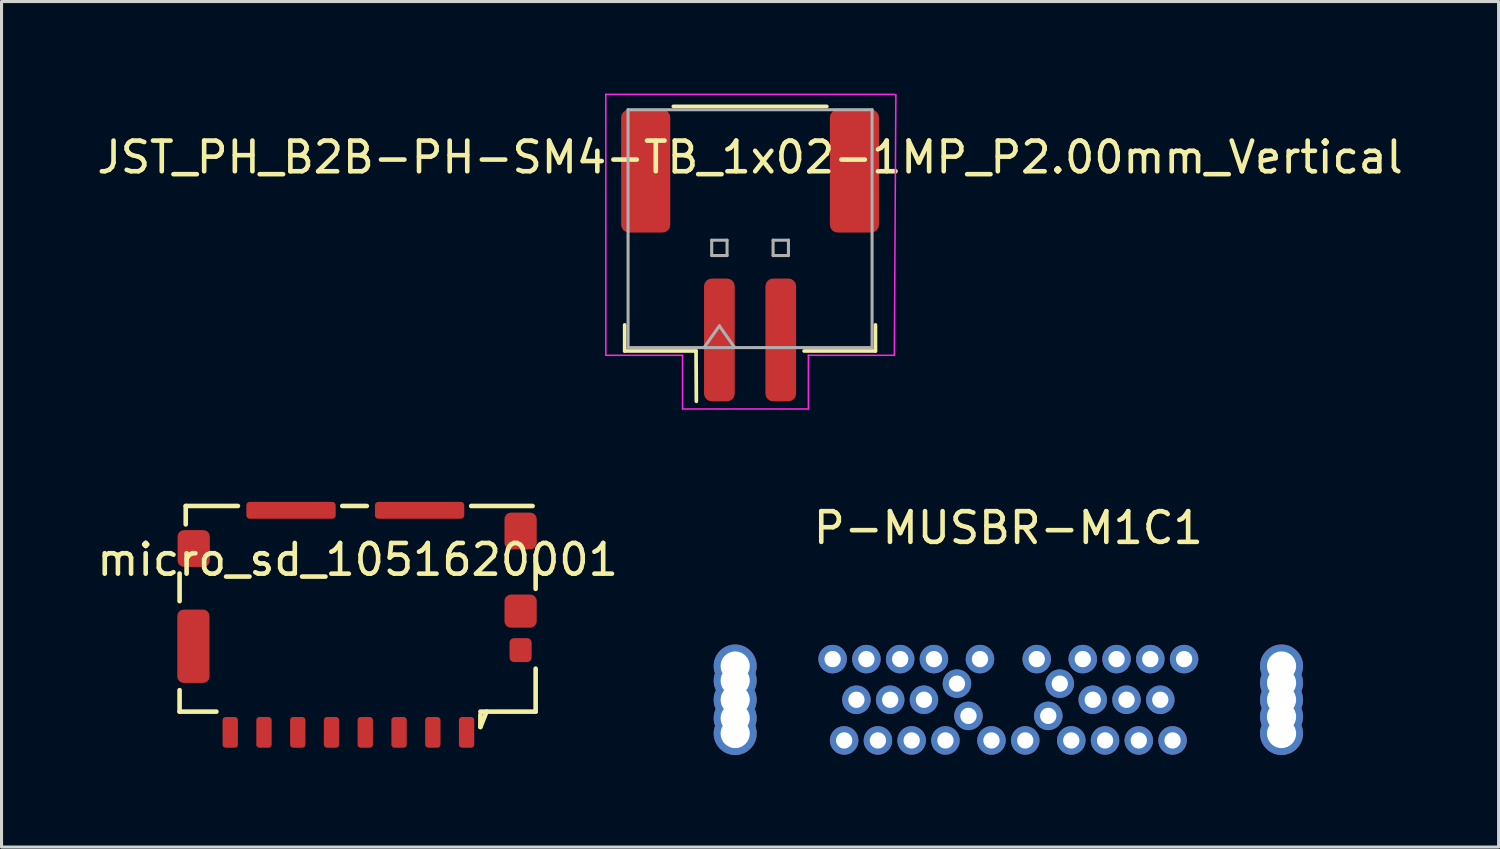
<source format=kicad_pcb>
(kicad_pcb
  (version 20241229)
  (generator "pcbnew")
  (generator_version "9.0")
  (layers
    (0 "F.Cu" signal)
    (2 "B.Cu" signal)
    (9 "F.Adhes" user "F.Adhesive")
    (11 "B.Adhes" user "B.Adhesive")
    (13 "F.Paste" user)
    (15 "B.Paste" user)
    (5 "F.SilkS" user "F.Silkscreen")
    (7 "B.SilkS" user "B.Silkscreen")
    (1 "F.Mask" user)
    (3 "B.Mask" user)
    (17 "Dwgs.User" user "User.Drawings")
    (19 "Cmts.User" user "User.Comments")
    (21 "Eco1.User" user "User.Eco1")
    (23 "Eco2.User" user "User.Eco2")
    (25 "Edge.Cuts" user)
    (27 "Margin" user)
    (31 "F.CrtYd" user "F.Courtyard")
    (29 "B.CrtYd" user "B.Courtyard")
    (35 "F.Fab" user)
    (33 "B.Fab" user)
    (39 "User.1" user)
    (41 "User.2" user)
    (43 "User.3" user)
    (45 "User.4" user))
  (footprint "P-MUSBR-M1C1"
    (layer "F.Cu")
    (at 29.802 19.748)
    (property "Reference" "P-MUSBR-M1C1" (at 0 -5.6 0) (layer "F.SilkS") (effects (font (size 1 1) (thickness 0.15))))
    (attr through_hole)
    (pad "1" thru_hole circle (at -8.9 -1.1) (size 1.4 1.4) (drill 0.95) (layers "*.Cu" "*.Mask"))
    (pad "1" thru_hole circle (at -8.9 -0.625) (size 1.4 1.4) (drill 0.95) (layers "*.Cu" "*.Mask"))
    (pad "1" thru_hole circle (at -8.9 0) (size 1.4 1.4) (drill 0.95) (layers "*.Cu" "*.Mask"))
    (pad "1" thru_hole circle (at -8.9 0.6) (size 1.4 1.4) (drill 0.95) (layers "*.Cu" "*.Mask"))
    (pad "1" thru_hole circle (at -8.9 1.1) (size 1.4 1.4) (drill 0.95) (layers "*.Cu" "*.Mask"))
    (pad "1" thru_hole circle (at 8.9 -1.1) (size 1.4 1.4) (drill 0.95) (layers "*.Cu" "*.Mask"))
    (pad "1" thru_hole circle (at 8.9 -0.55) (size 1.4 1.4) (drill 0.95) (layers "*.Cu" "*.Mask"))
    (pad "1" thru_hole circle (at 8.9 0) (size 1.4 1.4) (drill 0.95) (layers "*.Cu" "*.Mask"))
    (pad "1" thru_hole circle (at 8.9 0.55) (size 1.4 1.4) (drill 0.95) (layers "*.Cu" "*.Mask"))
    (pad "1" thru_hole circle (at 8.9 1.1) (size 1.4 1.4) (drill 0.95) (layers "*.Cu" "*.Mask"))
    (pad "A1" thru_hole circle (at -5.725 -1.325) (size 0.93 0.93) (drill 0.53) (layers "*.Cu" "*.Mask"))
    (pad "A2" thru_hole circle (at -4.625 -1.325) (size 0.93 0.93) (drill 0.53) (layers "*.Cu" "*.Mask"))
    (pad "A3" thru_hole circle (at -3.525 -1.325) (size 0.93 0.93) (drill 0.53) (layers "*.Cu" "*.Mask"))
    (pad "A4" thru_hole circle (at -2.425 -1.325) (size 0.93 0.93) (drill 0.53) (layers "*.Cu" "*.Mask"))
    (pad "A5" thru_hole circle (at -1.675 -0.525) (size 0.93 0.93) (drill 0.53) (layers "*.Cu" "*.Mask"))
    (pad "A6" thru_hole circle (at -0.925 -1.325) (size 0.93 0.93) (drill 0.53) (layers "*.Cu" "*.Mask"))
    (pad "A7" thru_hole circle (at 0.925 -1.325) (size 0.93 0.93) (drill 0.53) (layers "*.Cu" "*.Mask"))
    (pad "A8" thru_hole circle (at 1.675 -0.525) (size 0.93 0.93) (drill 0.53) (layers "*.Cu" "*.Mask"))
    (pad "A9" thru_hole circle (at 2.425 -1.325) (size 0.93 0.93) (drill 0.53) (layers "*.Cu" "*.Mask"))
    (pad "A10" thru_hole circle (at 3.525 -1.325) (size 0.93 0.93) (drill 0.53) (layers "*.Cu" "*.Mask"))
    (pad "A11" thru_hole circle (at 4.625 -1.325) (size 0.93 0.93) (drill 0.53) (layers "*.Cu" "*.Mask"))
    (pad "A12" thru_hole circle (at 5.725 -1.325) (size 0.93 0.93) (drill 0.53) (layers "*.Cu" "*.Mask"))
    (pad "B1" thru_hole circle (at 5.35 1.325) (size 0.93 0.93) (drill 0.53) (layers "*.Cu" "*.Mask"))
    (pad "B2" thru_hole circle (at 4.25 1.325) (size 0.93 0.93) (drill 0.53) (layers "*.Cu" "*.Mask"))
    (pad "B3" thru_hole circle (at 3.15 1.325) (size 0.93 0.93) (drill 0.53) (layers "*.Cu" "*.Mask"))
    (pad "B4" thru_hole circle (at 2.05 1.325) (size 0.93 0.93) (drill 0.53) (layers "*.Cu" "*.Mask"))
    (pad "B5" thru_hole circle (at 1.3 0.525) (size 0.93 0.93) (drill 0.53) (layers "*.Cu" "*.Mask"))
    (pad "B6" thru_hole circle (at 0.55 1.325) (size 0.93 0.93) (drill 0.53) (layers "*.Cu" "*.Mask"))
    (pad "B7" thru_hole circle (at -0.55 1.325) (size 0.93 0.93) (drill 0.53) (layers "*.Cu" "*.Mask"))
    (pad "B8" thru_hole circle (at -1.3 0.525) (size 0.93 0.93) (drill 0.53) (layers "*.Cu" "*.Mask"))
    (pad "B9" thru_hole circle (at -2.05 1.325) (size 0.93 0.93) (drill 0.53) (layers "*.Cu" "*.Mask"))
    (pad "B10" thru_hole circle (at -3.15 1.325) (size 0.93 0.93) (drill 0.53) (layers "*.Cu" "*.Mask"))
    (pad "B11" thru_hole circle (at -4.25 1.325) (size 0.93 0.93) (drill 0.53) (layers "*.Cu" "*.Mask"))
    (pad "B12" thru_hole circle (at -5.35 1.325) (size 0.93 0.93) (drill 0.53) (layers "*.Cu" "*.Mask"))
    (pad "G1" thru_hole circle (at -4.95 0) (size 0.93 0.93) (drill 0.53) (layers "*.Cu" "*.Mask"))
    (pad "G2" thru_hole circle (at -3.85 0) (size 0.93 0.93) (drill 0.53) (layers "*.Cu" "*.Mask"))
    (pad "G3" thru_hole circle (at -2.75 0) (size 0.93 0.93) (drill 0.53) (layers "*.Cu" "*.Mask"))
    (pad "G4" thru_hole circle (at 2.75 0) (size 0.93 0.93) (drill 0.53) (layers "*.Cu" "*.Mask"))
    (pad "G5" thru_hole circle (at 3.85 0) (size 0.93 0.93) (drill 0.53) (layers "*.Cu" "*.Mask"))
    (pad "G6" thru_hole circle (at 4.95 0) (size 0.93 0.93) (drill 0.53) (layers "*.Cu" "*.Mask")))
  (footprint "micro_sd_1051620001"
    (layer "F.Cu")
    (at 8.601 16.735)
    (property "Reference" "micro_sd_1051620001" (at 0 -1.55 0) (layer "F.SilkS") (effects (font (size 1 1) (thickness 0.15))))
    (attr through_hole)
    (fp_line (start -5.8 -1.1) (end -5.8 -0.2) (stroke (width 0.15) (type solid)) (layer "F.SilkS"))
    (fp_line (start -5.8 2.7) (end -5.8 3.4) (stroke (width 0.15) (type solid)) (layer "F.SilkS"))
    (fp_line (start -5.8 3.4) (end -4.6 3.4) (stroke (width 0.15) (type solid)) (layer "F.SilkS"))
    (fp_line (start -5.6 -3.3) (end -3.9 -3.3) (stroke (width 0.15) (type solid)) (layer "F.SilkS"))
    (fp_line (start -5.6 -2.7) (end -5.6 -3.3) (stroke (width 0.15) (type solid)) (layer "F.SilkS"))
    (fp_line (start -0.5 -3.3) (end 0.3 -3.3) (stroke (width 0.15) (type solid)) (layer "F.SilkS"))
    (fp_line (start 3.7 -3.3) (end 5.7 -3.3) (stroke (width 0.15) (type solid)) (layer "F.SilkS"))
    (fp_line (start 4 3.5) (end 4 3.9) (stroke (width 0.15) (type solid)) (layer "F.SilkS"))
    (fp_line (start 4 3.9) (end 4.2 3.4) (stroke (width 0.15) (type solid)) (layer "F.SilkS"))
    (fp_line (start 5.8 -1.7) (end 5.8 -0.6) (stroke (width 0.15) (type solid)) (layer "F.SilkS"))
    (fp_line (start 5.8 2) (end 5.8 3.4) (stroke (width 0.15) (type solid)) (layer "F.SilkS"))
    (fp_line (start 5.8 3.4) (end 4 3.4) (stroke (width 0.15) (type solid)) (layer "F.SilkS"))
    (pad "1" smd roundrect (at 3.55 4.075) (size 0.5 1) (layers "F.Cu" "F.Mask" "F.Paste") (roundrect_rratio 0.2))
    (pad "2" smd roundrect (at 2.45 4.075) (size 0.5 1) (layers "F.Cu" "F.Mask" "F.Paste") (roundrect_rratio 0.2))
    (pad "3" smd roundrect (at 1.35 4.075) (size 0.5 1) (layers "F.Cu" "F.Mask" "F.Paste") (roundrect_rratio 0.2))
    (pad "4" smd roundrect (at 0.25 4.075) (size 0.5 1) (layers "F.Cu" "F.Mask" "F.Paste") (roundrect_rratio 0.2))
    (pad "5" smd roundrect (at -0.85 4.075) (size 0.5 1) (layers "F.Cu" "F.Mask" "F.Paste") (roundrect_rratio 0.2))
    (pad "6" smd roundrect (at -1.95 4.075) (size 0.5 1) (layers "F.Cu" "F.Mask" "F.Paste") (roundrect_rratio 0.2))
    (pad "7" smd roundrect (at -3.05 4.075) (size 0.5 1) (layers "F.Cu" "F.Mask" "F.Paste") (roundrect_rratio 0.2))
    (pad "8" smd roundrect (at -4.15 4.075) (size 0.5 1) (layers "F.Cu" "F.Mask" "F.Paste") (roundrect_rratio 0.2))
    (pad "9" smd roundrect (at 5.31 1.395) (size 0.72 0.78) (layers "F.Cu" "F.Mask" "F.Paste") (roundrect_rratio 0.2))
    (pad "MP" smd roundrect (at -5.35 1.27) (size 1.05 2.39) (layers "F.Cu" "F.Mask" "F.Paste") (roundrect_rratio 0.2))
    (pad "MP" smd roundrect (at -5.34 -1.915) (size 1.05 1.2) (layers "F.Cu" "F.Mask" "F.Paste") (roundrect_rratio 0.2))
    (pad "MP" smd roundrect (at -2.17 -3.16) (size 2.91 0.55) (layers "F.Cu" "F.Mask" "F.Paste") (roundrect_rratio 0.2))
    (pad "MP" smd roundrect (at 2.02 -3.16) (size 2.91 0.55) (layers "F.Cu" "F.Mask" "F.Paste") (roundrect_rratio 0.2))
    (pad "MP" smd roundrect (at 5.31 -2.485) (size 1.05 1.2) (layers "F.Cu" "F.Mask" "F.Paste") (roundrect_rratio 0.2))
    (pad "MP" smd roundrect (at 5.31 0.125) (size 1.05 1.08) (layers "F.Cu" "F.Mask" "F.Paste") (roundrect_rratio 0.2)))
  (footprint "JST_PH_B2B-PH-SM4-TB_1x02-1MP_P2.00mm_Vertical"
    (layer "F.Cu")
    (at 21.387 7.525)
    (property "Reference" "JST_PH_B2B-PH-SM4-TB_1x02-1MP_P2.00mm_Vertical" (at 0 -5.45 0) (layer "F.SilkS") (effects (font (size 1 1) (thickness 0.15))))
    (attr smd)
    (fp_line (start -4.085 0.01) (end -4.085 0.86) (stroke (width 0.12) (type solid)) (layer "F.SilkS"))
    (fp_line (start -4.085 0.86) (end -1.76 0.86) (stroke (width 0.12) (type solid)) (layer "F.SilkS"))
    (fp_line (start -2.5 -7.11) (end 2.5 -7.11) (stroke (width 0.12) (type solid)) (layer "F.SilkS"))
    (fp_line (start -1.76 0.86) (end -1.75 2.5) (stroke (width 0.12) (type solid)) (layer "F.SilkS"))
    (fp_line (start 4.085 0.01) (end 4.085 0.86) (stroke (width 0.12) (type solid)) (layer "F.SilkS"))
    (fp_line (start 4.085 0.86) (end 1.76 0.86) (stroke (width 0.12) (type solid)) (layer "F.SilkS"))
    (fp_line (start -4.7 -7.5) (end -4.7 1) (stroke (width 0.05) (type solid)) (layer "F.CrtYd"))
    (fp_line (start -4.7 1) (end -2.2 1) (stroke (width 0.05) (type solid)) (layer "F.CrtYd"))
    (fp_line (start -2.2 2.75) (end -2.2 1) (stroke (width 0.05) (type solid)) (layer "F.CrtYd"))
    (fp_line (start -2.2 2.75) (end 1.9 2.75) (stroke (width 0.05) (type solid)) (layer "F.CrtYd"))
    (fp_line (start 1.9 2.75) (end 1.9 1) (stroke (width 0.05) (type solid)) (layer "F.CrtYd"))
    (fp_line (start 4.7 -7.5) (end -4.7 -7.5) (stroke (width 0.05) (type solid)) (layer "F.CrtYd"))
    (fp_line (start 4.7 1) (end 1.9 1) (stroke (width 0.05) (type solid)) (layer "F.CrtYd"))
    (fp_line (start 4.7 1) (end 4.75 -7.5) (stroke (width 0.05) (type solid)) (layer "F.CrtYd"))
    (fp_line (start -3.975 -7) (end 3.975 -7) (stroke (width 0.1) (type solid)) (layer "F.Fab"))
    (fp_line (start -3.975 0.75) (end -3.975 -7) (stroke (width 0.1) (type solid)) (layer "F.Fab"))
    (fp_line (start -3.975 0.75) (end 3.975 0.75) (stroke (width 0.1) (type solid)) (layer "F.Fab"))
    (fp_line (start -1.5 0.75) (end -1 0.043) (stroke (width 0.1) (type solid)) (layer "F.Fab"))
    (fp_line (start -1.25 -2.75) (end -1.25 -2.25) (stroke (width 0.1) (type solid)) (layer "F.Fab"))
    (fp_line (start -1.25 -2.25) (end -0.75 -2.25) (stroke (width 0.1) (type solid)) (layer "F.Fab"))
    (fp_line (start -1 0.043) (end -0.5 0.75) (stroke (width 0.1) (type solid)) (layer "F.Fab"))
    (fp_line (start -0.75 -2.75) (end -1.25 -2.75) (stroke (width 0.1) (type solid)) (layer "F.Fab"))
    (fp_line (start -0.75 -2.25) (end -0.75 -2.75) (stroke (width 0.1) (type solid)) (layer "F.Fab"))
    (fp_line (start 0.75 -2.75) (end 0.75 -2.25) (stroke (width 0.1) (type solid)) (layer "F.Fab"))
    (fp_line (start 0.75 -2.25) (end 1.25 -2.25) (stroke (width 0.1) (type solid)) (layer "F.Fab"))
    (fp_line (start 1.25 -2.75) (end 0.75 -2.75) (stroke (width 0.1) (type solid)) (layer "F.Fab"))
    (fp_line (start 1.25 -2.25) (end 1.25 -2.75) (stroke (width 0.1) (type solid)) (layer "F.Fab"))
    (fp_line (start 3.975 0.75) (end 3.975 -7) (stroke (width 0.1) (type solid)) (layer "F.Fab"))
    (pad "1" smd roundrect (at -1 0.5) (size 1 4) (layers "F.Cu" "F.Mask" "F.Paste") (roundrect_rratio 0.25))
    (pad "2" smd roundrect (at 1 0.5) (size 1 4) (layers "F.Cu" "F.Mask" "F.Paste") (roundrect_rratio 0.25))
    (pad "MP" smd roundrect (at -3.4 -5) (size 1.6 4) (layers "F.Cu" "F.Mask" "F.Paste") (roundrect_rratio 0.156))
    (pad "MP" smd roundrect (at 3.4 -5) (size 1.6 4) (layers "F.Cu" "F.Mask" "F.Paste") (roundrect_rratio 0.156)))
  (gr_rect
    (start -3 -3)
    (end 45.774 24.548)
    (stroke (width 0.1) (type default))
    (fill no)
    (layer "Edge.Cuts")))
</source>
